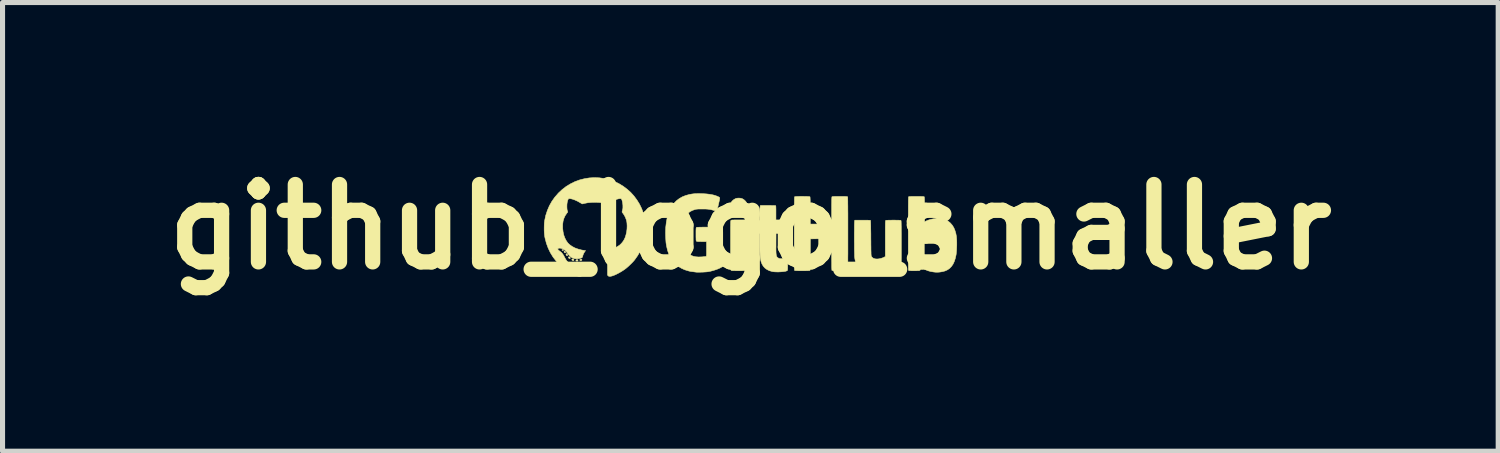
<source format=kicad_pcb>
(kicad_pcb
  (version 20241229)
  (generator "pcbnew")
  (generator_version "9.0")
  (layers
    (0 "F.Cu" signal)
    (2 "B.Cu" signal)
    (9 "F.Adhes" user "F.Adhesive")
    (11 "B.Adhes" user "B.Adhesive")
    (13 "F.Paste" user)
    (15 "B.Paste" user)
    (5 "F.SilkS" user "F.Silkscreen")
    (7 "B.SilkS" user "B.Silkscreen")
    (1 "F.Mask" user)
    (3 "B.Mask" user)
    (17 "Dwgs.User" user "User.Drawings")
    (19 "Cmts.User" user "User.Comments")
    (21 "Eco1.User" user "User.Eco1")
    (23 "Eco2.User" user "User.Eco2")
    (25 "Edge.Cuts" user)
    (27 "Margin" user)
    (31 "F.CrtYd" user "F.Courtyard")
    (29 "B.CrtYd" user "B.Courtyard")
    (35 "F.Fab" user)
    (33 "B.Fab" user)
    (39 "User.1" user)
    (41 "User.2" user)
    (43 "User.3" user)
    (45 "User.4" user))
  (footprint "github_logo_smaller"
    (layer "F.Cu")
    (at 11.728 1.418)
    (property "Reference" "github_logo_smaller" (at 0 0 0) (layer "F.SilkS") (effects (font (size 1.524 1.524) (thickness 0.3))))
    (attr through_hole)
    (fp_poly (pts (xy -3.685 0.453) (xy -3.683 0.46) (xy -3.687 0.466) (xy -3.695 0.467) (xy -3.705 0.463) (xy -3.708 0.46) (xy -3.712 0.453) (xy -3.706 0.449) (xy -3.706 0.449) (xy -3.694 0.448) (xy -3.685 0.453)) (stroke (width 0.01) (type solid)) (fill yes) (layer "F.SilkS"))
    (fp_poly (pts (xy -3.612 0.532) (xy -3.604 0.541) (xy -3.599 0.552) (xy -3.6 0.561) (xy -3.606 0.568) (xy -3.616 0.566) (xy -3.624 0.559) (xy -3.631 0.547) (xy -3.63 0.537) (xy -3.623 0.53) (xy -3.621 0.529) (xy -3.612 0.532)) (stroke (width 0.01) (type solid)) (fill yes) (layer "F.SilkS"))
    (fp_poly (pts (xy -3.326 0.637) (xy -3.319 0.643) (xy -3.319 0.653) (xy -3.327 0.661) (xy -3.338 0.665) (xy -3.35 0.664) (xy -3.357 0.66) (xy -3.36 0.651) (xy -3.357 0.644) (xy -3.349 0.638) (xy -3.337 0.635) (xy -3.326 0.637)) (stroke (width 0.01) (type solid)) (fill yes) (layer "F.SilkS"))
    (fp_poly (pts (xy -3.653 0.48) (xy -3.646 0.487) (xy -3.639 0.495) (xy -3.639 0.501) (xy -3.643 0.506) (xy -3.65 0.511) (xy -3.656 0.509) (xy -3.663 0.503) (xy -3.67 0.495) (xy -3.67 0.489) (xy -3.666 0.483) (xy -3.659 0.479) (xy -3.653 0.48)) (stroke (width 0.01) (type solid)) (fill yes) (layer "F.SilkS"))
    (fp_poly (pts (xy -3.557 0.593) (xy -3.549 0.604) (xy -3.547 0.615) (xy -3.548 0.618) (xy -3.555 0.624) (xy -3.565 0.624) (xy -3.575 0.617) (xy -3.579 0.612) (xy -3.584 0.6) (xy -3.581 0.592) (xy -3.569 0.589) (xy -3.569 0.589) (xy -3.557 0.593)) (stroke (width 0.01) (type solid)) (fill yes) (layer "F.SilkS"))
    (fp_poly (pts (xy -3.491 0.633) (xy -3.48 0.64) (xy -3.475 0.65) (xy -3.478 0.659) (xy -3.481 0.661) (xy -3.487 0.664) (xy -3.493 0.664) (xy -3.503 0.661) (xy -3.514 0.653) (xy -3.517 0.643) (xy -3.513 0.635) (xy -3.504 0.631) (xy -3.491 0.633)) (stroke (width 0.01) (type solid)) (fill yes) (layer "F.SilkS"))
    (fp_poly (pts (xy -3.401 0.648) (xy -3.395 0.653) (xy -3.396 0.663) (xy -3.403 0.672) (xy -3.413 0.676) (xy -3.424 0.673) (xy -3.432 0.669) (xy -3.438 0.662) (xy -3.436 0.656) (xy -3.435 0.653) (xy -3.425 0.647) (xy -3.412 0.645) (xy -3.401 0.648)) (stroke (width 0.01) (type solid)) (fill yes) (layer "F.SilkS"))
    (fp_poly (pts (xy -0.198 -0.565) (xy -0.166 -0.557) (xy -0.156 -0.553) (xy -0.122 -0.531) (xy -0.093 -0.503) (xy -0.072 -0.47) (xy -0.058 -0.433) (xy -0.053 -0.393) (xy -0.057 -0.354) (xy -0.058 -0.35) (xy -0.072 -0.312) (xy -0.094 -0.279) (xy -0.122 -0.251) (xy -0.155 -0.231) (xy -0.191 -0.218) (xy -0.229 -0.213) (xy -0.267 -0.218) (xy -0.278 -0.221) (xy -0.316 -0.238) (xy -0.348 -0.262) (xy -0.374 -0.291) (xy -0.392 -0.326) (xy -0.403 -0.364) (xy -0.404 -0.403) (xy -0.399 -0.432) (xy -0.384 -0.473) (xy -0.361 -0.508) (xy -0.33 -0.535) (xy -0.296 -0.555) (xy -0.267 -0.564) (xy -0.233 -0.567) (xy -0.198 -0.565)) (stroke (width 0.01) (type solid)) (fill yes) (layer "F.SilkS"))
    (fp_poly (pts (xy -0.188 -0.137) (xy -0.155 -0.137) (xy -0.13 -0.137) (xy -0.112 -0.136) (xy -0.099 -0.135) (xy -0.09 -0.133) (xy -0.084 -0.132) (xy -0.081 -0.129) (xy -0.08 -0.128) (xy -0.078 -0.126) (xy -0.077 -0.122) (xy -0.076 -0.116) (xy -0.075 -0.108) (xy -0.074 -0.096) (xy -0.073 -0.081) (xy -0.073 -0.061) (xy -0.072 -0.036) (xy -0.072 -0.005) (xy -0.072 0.032) (xy -0.071 0.076) (xy -0.071 0.127) (xy -0.071 0.187) (xy -0.071 0.255) (xy -0.071 0.333) (xy -0.071 0.361) (xy -0.071 0.443) (xy -0.071 0.514) (xy -0.071 0.577) (xy -0.071 0.632) (xy -0.072 0.679) (xy -0.072 0.718) (xy -0.072 0.751) (xy -0.073 0.778) (xy -0.073 0.8) (xy -0.074 0.817) (xy -0.075 0.83) (xy -0.076 0.84) (xy -0.077 0.846) (xy -0.078 0.85) (xy -0.079 0.852) (xy -0.082 0.856) (xy -0.085 0.858) (xy -0.09 0.86) (xy -0.098 0.862) (xy -0.11 0.863) (xy -0.128 0.863) (xy -0.152 0.863) (xy -0.184 0.864) (xy -0.225 0.864) (xy -0.229 0.864) (xy -0.271 0.864) (xy -0.303 0.863) (xy -0.329 0.863) (xy -0.347 0.862) (xy -0.36 0.861) (xy -0.369 0.86) (xy -0.375 0.858) (xy -0.379 0.856) (xy -0.381 0.853) (xy -0.383 0.852) (xy -0.384 0.849) (xy -0.386 0.846) (xy -0.387 0.84) (xy -0.388 0.832) (xy -0.388 0.822) (xy -0.389 0.807) (xy -0.39 0.789) (xy -0.39 0.765) (xy -0.39 0.736) (xy -0.391 0.701) (xy -0.391 0.659) (xy -0.391 0.61) (xy -0.391 0.553) (xy -0.391 0.488) (xy -0.391 0.413) (xy -0.391 0.361) (xy -0.391 0.281) (xy -0.391 0.209) (xy -0.391 0.147) (xy -0.391 0.093) (xy -0.391 0.047) (xy -0.391 0.007) (xy -0.39 -0.025) (xy -0.39 -0.052) (xy -0.389 -0.074) (xy -0.389 -0.091) (xy -0.388 -0.104) (xy -0.387 -0.113) (xy -0.386 -0.12) (xy -0.385 -0.124) (xy -0.384 -0.127) (xy -0.382 -0.129) (xy -0.382 -0.129) (xy -0.378 -0.131) (xy -0.372 -0.133) (xy -0.363 -0.135) (xy -0.35 -0.136) (xy -0.331 -0.136) (xy -0.305 -0.137) (xy -0.271 -0.137) (xy -0.23 -0.137) (xy -0.188 -0.137)) (stroke (width 0.01) (type solid)) (fill yes) (layer "F.SilkS"))
    (fp_poly (pts (xy 0.38 -0.422) (xy 0.415 -0.421) (xy 0.445 -0.421) (xy 0.469 -0.42) (xy 0.486 -0.419) (xy 0.494 -0.419) (xy 0.495 -0.419) (xy 0.497 -0.417) (xy 0.499 -0.412) (xy 0.501 -0.404) (xy 0.502 -0.391) (xy 0.502 -0.373) (xy 0.503 -0.347) (xy 0.503 -0.313) (xy 0.503 -0.276) (xy 0.503 -0.137) (xy 0.609 -0.137) (xy 0.645 -0.137) (xy 0.671 -0.137) (xy 0.691 -0.136) (xy 0.705 -0.135) (xy 0.713 -0.134) (xy 0.719 -0.131) (xy 0.723 -0.128) (xy 0.723 -0.128) (xy 0.726 -0.124) (xy 0.728 -0.117) (xy 0.729 -0.107) (xy 0.731 -0.092) (xy 0.731 -0.071) (xy 0.731 -0.042) (xy 0.732 -0.004) (xy 0.731 0.037) (xy 0.731 0.068) (xy 0.73 0.091) (xy 0.728 0.107) (xy 0.726 0.116) (xy 0.725 0.118) (xy 0.722 0.121) (xy 0.716 0.123) (xy 0.707 0.125) (xy 0.692 0.126) (xy 0.671 0.127) (xy 0.642 0.128) (xy 0.612 0.128) (xy 0.505 0.13) (xy 0.504 0.328) (xy 0.504 0.386) (xy 0.503 0.435) (xy 0.504 0.475) (xy 0.505 0.509) (xy 0.507 0.535) (xy 0.51 0.557) (xy 0.514 0.573) (xy 0.52 0.586) (xy 0.526 0.596) (xy 0.535 0.604) (xy 0.545 0.611) (xy 0.555 0.616) (xy 0.565 0.621) (xy 0.575 0.624) (xy 0.588 0.626) (xy 0.605 0.627) (xy 0.629 0.628) (xy 0.649 0.628) (xy 0.683 0.629) (xy 0.708 0.63) (xy 0.723 0.633) (xy 0.728 0.635) (xy 0.73 0.642) (xy 0.732 0.657) (xy 0.733 0.679) (xy 0.734 0.705) (xy 0.734 0.734) (xy 0.734 0.764) (xy 0.734 0.793) (xy 0.733 0.818) (xy 0.732 0.839) (xy 0.73 0.853) (xy 0.728 0.859) (xy 0.716 0.866) (xy 0.695 0.873) (xy 0.667 0.878) (xy 0.634 0.882) (xy 0.598 0.885) (xy 0.56 0.887) (xy 0.522 0.887) (xy 0.486 0.886) (xy 0.453 0.883) (xy 0.429 0.879) (xy 0.374 0.863) (xy 0.327 0.84) (xy 0.287 0.811) (xy 0.254 0.775) (xy 0.228 0.731) (xy 0.209 0.681) (xy 0.197 0.623) (xy 0.193 0.59) (xy 0.192 0.571) (xy 0.191 0.544) (xy 0.19 0.51) (xy 0.189 0.47) (xy 0.189 0.426) (xy 0.188 0.38) (xy 0.188 0.333) (xy 0.188 0.329) (xy 0.188 0.127) (xy 0.113 0.127) (xy 0.078 0.127) (xy 0.054 0.125) (xy 0.038 0.124) (xy 0.031 0.121) (xy 0.029 0.114) (xy 0.027 0.098) (xy 0.026 0.076) (xy 0.025 0.05) (xy 0.025 0.022) (xy 0.025 -0.006) (xy 0.026 -0.033) (xy 0.027 -0.055) (xy 0.029 -0.073) (xy 0.031 -0.082) (xy 0.032 -0.083) (xy 0.04 -0.088) (xy 0.056 -0.094) (xy 0.08 -0.101) (xy 0.094 -0.104) (xy 0.119 -0.11) (xy 0.142 -0.116) (xy 0.16 -0.12) (xy 0.169 -0.122) (xy 0.188 -0.127) (xy 0.188 -0.261) (xy 0.188 -0.299) (xy 0.189 -0.333) (xy 0.189 -0.363) (xy 0.191 -0.386) (xy 0.192 -0.402) (xy 0.193 -0.409) (xy 0.198 -0.422) (xy 0.342 -0.422) (xy 0.38 -0.422)) (stroke (width 0.01) (type solid)) (fill yes) (layer "F.SilkS"))
    (fp_poly (pts (xy 2.87 -0.132) (xy 2.901 -0.132) (xy 2.927 -0.131) (xy 2.948 -0.129) (xy 2.961 -0.128) (xy 2.965 -0.127) (xy 2.966 -0.124) (xy 2.967 -0.12) (xy 2.968 -0.112) (xy 2.969 -0.1) (xy 2.969 -0.084) (xy 2.97 -0.063) (xy 2.97 -0.037) (xy 2.971 -0.005) (xy 2.971 0.034) (xy 2.971 0.08) (xy 2.972 0.134) (xy 2.972 0.197) (xy 2.972 0.268) (xy 2.972 0.348) (xy 2.972 0.365) (xy 2.972 0.451) (xy 2.972 0.527) (xy 2.972 0.594) (xy 2.971 0.652) (xy 2.971 0.702) (xy 2.971 0.744) (xy 2.97 0.778) (xy 2.969 0.806) (xy 2.969 0.827) (xy 2.968 0.843) (xy 2.967 0.852) (xy 2.966 0.857) (xy 2.966 0.858) (xy 2.958 0.86) (xy 2.943 0.862) (xy 2.921 0.863) (xy 2.896 0.864) (xy 2.867 0.864) (xy 2.839 0.864) (xy 2.812 0.863) (xy 2.789 0.862) (xy 2.771 0.86) (xy 2.761 0.858) (xy 2.759 0.857) (xy 2.755 0.848) (xy 2.751 0.834) (xy 2.75 0.825) (xy 2.747 0.811) (xy 2.744 0.803) (xy 2.742 0.801) (xy 2.736 0.804) (xy 2.723 0.81) (xy 2.705 0.819) (xy 2.686 0.828) (xy 2.611 0.86) (xy 2.536 0.881) (xy 2.459 0.892) (xy 2.381 0.893) (xy 2.333 0.889) (xy 2.273 0.877) (xy 2.219 0.859) (xy 2.174 0.835) (xy 2.136 0.804) (xy 2.106 0.767) (xy 2.095 0.749) (xy 2.078 0.712) (xy 2.066 0.673) (xy 2.057 0.628) (xy 2.052 0.586) (xy 2.051 0.568) (xy 2.051 0.542) (xy 2.05 0.51) (xy 2.049 0.471) (xy 2.048 0.428) (xy 2.048 0.38) (xy 2.048 0.33) (xy 2.047 0.278) (xy 2.047 0.225) (xy 2.047 0.173) (xy 2.047 0.121) (xy 2.048 0.072) (xy 2.048 0.027) (xy 2.048 -0.015) (xy 2.049 -0.051) (xy 2.05 -0.08) (xy 2.051 -0.102) (xy 2.052 -0.115) (xy 2.052 -0.119) (xy 2.057 -0.132) (xy 2.209 -0.132) (xy 2.255 -0.132) (xy 2.292 -0.132) (xy 2.32 -0.131) (xy 2.341 -0.13) (xy 2.355 -0.129) (xy 2.363 -0.127) (xy 2.366 -0.126) (xy 2.366 -0.12) (xy 2.367 -0.104) (xy 2.368 -0.081) (xy 2.369 -0.049) (xy 2.37 -0.011) (xy 2.37 0.033) (xy 2.371 0.082) (xy 2.372 0.136) (xy 2.372 0.193) (xy 2.372 0.224) (xy 2.373 0.291) (xy 2.373 0.35) (xy 2.374 0.399) (xy 2.374 0.441) (xy 2.375 0.476) (xy 2.376 0.504) (xy 2.376 0.526) (xy 2.377 0.544) (xy 2.378 0.557) (xy 2.379 0.567) (xy 2.381 0.574) (xy 2.382 0.579) (xy 2.384 0.583) (xy 2.402 0.605) (xy 2.427 0.621) (xy 2.458 0.63) (xy 2.494 0.633) (xy 2.535 0.629) (xy 2.58 0.618) (xy 2.586 0.616) (xy 2.607 0.609) (xy 2.626 0.601) (xy 2.639 0.594) (xy 2.64 0.594) (xy 2.657 0.583) (xy 2.657 0.231) (xy 2.657 0.161) (xy 2.657 0.1) (xy 2.657 0.048) (xy 2.657 0.004) (xy 2.658 -0.032) (xy 2.658 -0.062) (xy 2.659 -0.085) (xy 2.66 -0.102) (xy 2.661 -0.114) (xy 2.662 -0.122) (xy 2.663 -0.126) (xy 2.664 -0.126) (xy 2.671 -0.128) (xy 2.686 -0.13) (xy 2.709 -0.131) (xy 2.737 -0.132) (xy 2.769 -0.132) (xy 2.803 -0.133) (xy 2.837 -0.133) (xy 2.87 -0.132)) (stroke (width 0.01) (type solid)) (fill yes) (layer "F.SilkS"))
    (fp_poly (pts (xy 1.042 -0.6) (xy 1.075 -0.599) (xy 1.106 -0.599) (xy 1.133 -0.598) (xy 1.154 -0.596) (xy 1.168 -0.595) (xy 1.172 -0.593) (xy 1.174 -0.589) (xy 1.175 -0.58) (xy 1.176 -0.564) (xy 1.177 -0.542) (xy 1.178 -0.513) (xy 1.178 -0.476) (xy 1.178 -0.43) (xy 1.179 -0.375) (xy 1.179 -0.322) (xy 1.179 -0.056) (xy 1.6 -0.056) (xy 1.6 -0.322) (xy 1.6 -0.384) (xy 1.6 -0.438) (xy 1.601 -0.482) (xy 1.601 -0.518) (xy 1.602 -0.546) (xy 1.603 -0.567) (xy 1.604 -0.582) (xy 1.605 -0.59) (xy 1.606 -0.593) (xy 1.611 -0.595) (xy 1.623 -0.597) (xy 1.641 -0.598) (xy 1.667 -0.599) (xy 1.702 -0.599) (xy 1.745 -0.599) (xy 1.761 -0.599) (xy 1.804 -0.599) (xy 1.838 -0.599) (xy 1.863 -0.599) (xy 1.883 -0.598) (xy 1.896 -0.598) (xy 1.905 -0.596) (xy 1.91 -0.595) (xy 1.913 -0.592) (xy 1.915 -0.59) (xy 1.916 -0.583) (xy 1.917 -0.568) (xy 1.917 -0.542) (xy 1.918 -0.507) (xy 1.918 -0.463) (xy 1.919 -0.409) (xy 1.919 -0.345) (xy 1.92 -0.271) (xy 1.92 -0.188) (xy 1.92 -0.094) (xy 1.92 0.009) (xy 1.92 0.123) (xy 1.92 0.132) (xy 1.92 0.247) (xy 1.92 0.351) (xy 1.92 0.445) (xy 1.92 0.529) (xy 1.919 0.604) (xy 1.919 0.669) (xy 1.918 0.723) (xy 1.918 0.769) (xy 1.917 0.804) (xy 1.917 0.83) (xy 1.916 0.847) (xy 1.915 0.854) (xy 1.915 0.854) (xy 1.913 0.857) (xy 1.91 0.859) (xy 1.904 0.861) (xy 1.895 0.862) (xy 1.881 0.863) (xy 1.862 0.863) (xy 1.835 0.863) (xy 1.801 0.864) (xy 1.761 0.864) (xy 1.714 0.863) (xy 1.677 0.863) (xy 1.648 0.862) (xy 1.628 0.861) (xy 1.614 0.86) (xy 1.607 0.858) (xy 1.606 0.858) (xy 1.605 0.854) (xy 1.604 0.844) (xy 1.603 0.83) (xy 1.602 0.808) (xy 1.601 0.78) (xy 1.601 0.744) (xy 1.601 0.7) (xy 1.6 0.647) (xy 1.6 0.585) (xy 1.6 0.542) (xy 1.6 0.234) (xy 1.391 0.235) (xy 1.181 0.236) (xy 1.18 0.543) (xy 1.179 0.614) (xy 1.179 0.675) (xy 1.178 0.727) (xy 1.178 0.769) (xy 1.177 0.803) (xy 1.176 0.828) (xy 1.175 0.845) (xy 1.174 0.855) (xy 1.173 0.857) (xy 1.166 0.859) (xy 1.151 0.861) (xy 1.129 0.862) (xy 1.101 0.863) (xy 1.07 0.864) (xy 1.036 0.864) (xy 1.002 0.864) (xy 0.968 0.864) (xy 0.937 0.863) (xy 0.91 0.862) (xy 0.889 0.861) (xy 0.875 0.859) (xy 0.87 0.858) (xy 0.869 0.852) (xy 0.868 0.836) (xy 0.867 0.812) (xy 0.867 0.78) (xy 0.866 0.741) (xy 0.865 0.694) (xy 0.865 0.642) (xy 0.864 0.585) (xy 0.864 0.523) (xy 0.864 0.457) (xy 0.863 0.388) (xy 0.863 0.317) (xy 0.863 0.244) (xy 0.863 0.169) (xy 0.863 0.095) (xy 0.863 0.021) (xy 0.863 -0.052) (xy 0.863 -0.124) (xy 0.864 -0.193) (xy 0.864 -0.259) (xy 0.864 -0.321) (xy 0.865 -0.378) (xy 0.865 -0.43) (xy 0.866 -0.476) (xy 0.867 -0.516) (xy 0.867 -0.548) (xy 0.868 -0.572) (xy 0.869 -0.587) (xy 0.87 -0.593) (xy 0.87 -0.593) (xy 0.877 -0.595) (xy 0.892 -0.597) (xy 0.914 -0.598) (xy 0.942 -0.599) (xy 0.974 -0.6) (xy 1.008 -0.6) (xy 1.042 -0.6)) (stroke (width 0.01) (type solid)) (fill yes) (layer "F.SilkS"))
    (fp_poly (pts (xy 3.315 -0.599) (xy 3.352 -0.599) (xy 3.381 -0.598) (xy 3.402 -0.597) (xy 3.415 -0.596) (xy 3.422 -0.594) (xy 3.423 -0.593) (xy 3.424 -0.589) (xy 3.426 -0.579) (xy 3.427 -0.564) (xy 3.428 -0.541) (xy 3.428 -0.511) (xy 3.429 -0.473) (xy 3.429 -0.426) (xy 3.429 -0.37) (xy 3.429 -0.344) (xy 3.429 -0.296) (xy 3.429 -0.25) (xy 3.429 -0.209) (xy 3.43 -0.173) (xy 3.43 -0.144) (xy 3.431 -0.121) (xy 3.431 -0.107) (xy 3.432 -0.102) (xy 3.432 -0.102) (xy 3.437 -0.104) (xy 3.449 -0.109) (xy 3.464 -0.117) (xy 3.506 -0.134) (xy 3.555 -0.149) (xy 3.606 -0.159) (xy 3.658 -0.165) (xy 3.705 -0.166) (xy 3.716 -0.166) (xy 3.772 -0.159) (xy 3.82 -0.147) (xy 3.862 -0.131) (xy 3.9 -0.108) (xy 3.935 -0.079) (xy 3.942 -0.072) (xy 3.977 -0.031) (xy 4.006 0.016) (xy 4.028 0.069) (xy 4.046 0.129) (xy 4.057 0.188) (xy 4.06 0.222) (xy 4.063 0.264) (xy 4.064 0.31) (xy 4.064 0.36) (xy 4.062 0.41) (xy 4.06 0.459) (xy 4.056 0.503) (xy 4.052 0.541) (xy 4.05 0.554) (xy 4.034 0.624) (xy 4.014 0.684) (xy 3.989 0.737) (xy 3.958 0.781) (xy 3.923 0.817) (xy 3.881 0.846) (xy 3.833 0.868) (xy 3.779 0.882) (xy 3.737 0.889) (xy 3.705 0.892) (xy 3.679 0.893) (xy 3.653 0.893) (xy 3.625 0.89) (xy 3.607 0.888) (xy 3.552 0.879) (xy 3.497 0.864) (xy 3.445 0.843) (xy 3.399 0.819) (xy 3.381 0.808) (xy 3.368 0.8) (xy 3.359 0.794) (xy 3.356 0.792) (xy 3.354 0.797) (xy 3.352 0.809) (xy 3.35 0.82) (xy 3.349 0.834) (xy 3.346 0.845) (xy 3.342 0.852) (xy 3.334 0.857) (xy 3.323 0.861) (xy 3.305 0.863) (xy 3.281 0.863) (xy 3.248 0.864) (xy 3.226 0.864) (xy 3.19 0.864) (xy 3.163 0.863) (xy 3.144 0.863) (xy 3.131 0.862) (xy 3.123 0.86) (xy 3.118 0.858) (xy 3.115 0.855) (xy 3.114 0.854) (xy 3.113 0.847) (xy 3.113 0.832) (xy 3.112 0.806) (xy 3.111 0.772) (xy 3.111 0.727) (xy 3.11 0.673) (xy 3.11 0.609) (xy 3.11 0.535) (xy 3.109 0.452) (xy 3.109 0.358) (xy 3.109 0.255) (xy 3.109 0.141) (xy 3.109 0.139) (xy 3.424 0.139) (xy 3.424 0.59) (xy 3.451 0.602) (xy 3.497 0.618) (xy 3.544 0.628) (xy 3.59 0.632) (xy 3.633 0.629) (xy 3.658 0.624) (xy 3.684 0.611) (xy 3.706 0.592) (xy 3.722 0.564) (xy 3.735 0.528) (xy 3.737 0.523) (xy 3.74 0.504) (xy 3.743 0.476) (xy 3.745 0.443) (xy 3.747 0.407) (xy 3.748 0.369) (xy 3.748 0.332) (xy 3.748 0.299) (xy 3.746 0.271) (xy 3.745 0.255) (xy 3.734 0.21) (xy 3.719 0.172) (xy 3.699 0.141) (xy 3.674 0.118) (xy 3.649 0.104) (xy 3.616 0.098) (xy 3.577 0.096) (xy 3.535 0.101) (xy 3.493 0.111) (xy 3.453 0.126) (xy 3.424 0.139) (xy 3.109 0.139) (xy 3.109 0.132) (xy 3.109 0.018) (xy 3.109 -0.087) (xy 3.109 -0.181) (xy 3.11 -0.265) (xy 3.11 -0.34) (xy 3.11 -0.404) (xy 3.111 -0.459) (xy 3.111 -0.504) (xy 3.112 -0.54) (xy 3.113 -0.566) (xy 3.113 -0.582) (xy 3.114 -0.589) (xy 3.114 -0.59) (xy 3.116 -0.592) (xy 3.119 -0.595) (xy 3.125 -0.596) (xy 3.134 -0.598) (xy 3.148 -0.598) (xy 3.168 -0.599) (xy 3.194 -0.599) (xy 3.229 -0.599) (xy 3.268 -0.599) (xy 3.315 -0.599)) (stroke (width 0.01) (type solid)) (fill yes) (layer "F.SilkS"))
    (fp_poly (pts (xy -0.925 -0.653) (xy -0.864 -0.649) (xy -0.806 -0.642) (xy -0.754 -0.633) (xy -0.738 -0.63) (xy -0.707 -0.622) (xy -0.677 -0.612) (xy -0.651 -0.602) (xy -0.629 -0.592) (xy -0.613 -0.583) (xy -0.607 -0.577) (xy -0.605 -0.573) (xy -0.604 -0.567) (xy -0.605 -0.558) (xy -0.607 -0.545) (xy -0.61 -0.526) (xy -0.616 -0.5) (xy -0.624 -0.467) (xy -0.628 -0.447) (xy -0.638 -0.405) (xy -0.647 -0.373) (xy -0.653 -0.348) (xy -0.659 -0.332) (xy -0.664 -0.322) (xy -0.666 -0.319) (xy -0.672 -0.315) (xy -0.678 -0.314) (xy -0.687 -0.315) (xy -0.703 -0.319) (xy -0.715 -0.323) (xy -0.751 -0.333) (xy -0.784 -0.341) (xy -0.816 -0.346) (xy -0.85 -0.35) (xy -0.889 -0.352) (xy -0.935 -0.352) (xy -0.95 -0.352) (xy -0.987 -0.352) (xy -1.016 -0.352) (xy -1.038 -0.351) (xy -1.056 -0.349) (xy -1.071 -0.347) (xy -1.086 -0.344) (xy -1.093 -0.342) (xy -1.146 -0.323) (xy -1.191 -0.299) (xy -1.23 -0.269) (xy -1.263 -0.231) (xy -1.29 -0.186) (xy -1.312 -0.133) (xy -1.329 -0.071) (xy -1.331 -0.063) (xy -1.336 -0.033) (xy -1.34 0.006) (xy -1.343 0.049) (xy -1.345 0.095) (xy -1.346 0.141) (xy -1.345 0.185) (xy -1.343 0.225) (xy -1.341 0.243) (xy -1.33 0.315) (xy -1.313 0.378) (xy -1.291 0.433) (xy -1.264 0.479) (xy -1.237 0.511) (xy -1.204 0.54) (xy -1.166 0.562) (xy -1.124 0.579) (xy -1.076 0.589) (xy -1.021 0.593) (xy -0.959 0.591) (xy -0.944 0.59) (xy -0.919 0.587) (xy -0.897 0.585) (xy -0.881 0.583) (xy -0.872 0.581) (xy -0.872 0.581) (xy -0.869 0.579) (xy -0.868 0.575) (xy -0.866 0.568) (xy -0.865 0.556) (xy -0.864 0.539) (xy -0.864 0.515) (xy -0.864 0.483) (xy -0.864 0.443) (xy -0.864 0.434) (xy -0.864 0.29) (xy -0.959 0.29) (xy -0.993 0.289) (xy -1.018 0.289) (xy -1.036 0.288) (xy -1.048 0.287) (xy -1.056 0.285) (xy -1.061 0.283) (xy -1.063 0.28) (xy -1.066 0.276) (xy -1.068 0.27) (xy -1.07 0.26) (xy -1.071 0.246) (xy -1.071 0.226) (xy -1.072 0.198) (xy -1.072 0.162) (xy -1.072 0.146) (xy -1.072 0.106) (xy -1.072 0.076) (xy -1.071 0.053) (xy -1.07 0.036) (xy -1.069 0.025) (xy -1.067 0.018) (xy -1.064 0.014) (xy -1.064 0.013) (xy -1.061 0.011) (xy -1.056 0.01) (xy -1.048 0.008) (xy -1.037 0.007) (xy -1.021 0.007) (xy -0.999 0.006) (xy -0.971 0.006) (xy -0.935 0.005) (xy -0.892 0.005) (xy -0.84 0.005) (xy -0.81 0.005) (xy -0.745 0.005) (xy -0.69 0.006) (xy -0.644 0.006) (xy -0.607 0.007) (xy -0.579 0.008) (xy -0.561 0.009) (xy -0.553 0.01) (xy -0.553 0.01) (xy -0.552 0.012) (xy -0.55 0.014) (xy -0.549 0.017) (xy -0.547 0.023) (xy -0.546 0.031) (xy -0.546 0.044) (xy -0.545 0.06) (xy -0.545 0.081) (xy -0.544 0.108) (xy -0.544 0.142) (xy -0.544 0.182) (xy -0.544 0.23) (xy -0.544 0.286) (xy -0.544 0.352) (xy -0.544 0.396) (xy -0.544 0.777) (xy -0.565 0.791) (xy -0.597 0.809) (xy -0.637 0.827) (xy -0.683 0.844) (xy -0.731 0.859) (xy -0.78 0.872) (xy -0.823 0.881) (xy -0.844 0.884) (xy -0.872 0.887) (xy -0.905 0.889) (xy -0.941 0.891) (xy -0.977 0.892) (xy -1.011 0.893) (xy -1.04 0.893) (xy -1.064 0.892) (xy -1.072 0.891) (xy -1.11 0.886) (xy -1.14 0.882) (xy -1.164 0.879) (xy -1.183 0.876) (xy -1.201 0.872) (xy -1.217 0.868) (xy -1.29 0.846) (xy -1.355 0.817) (xy -1.414 0.782) (xy -1.467 0.74) (xy -1.474 0.733) (xy -1.516 0.688) (xy -1.552 0.641) (xy -1.583 0.589) (xy -1.608 0.532) (xy -1.63 0.468) (xy -1.647 0.397) (xy -1.657 0.345) (xy -1.662 0.31) (xy -1.665 0.268) (xy -1.668 0.22) (xy -1.67 0.169) (xy -1.671 0.118) (xy -1.67 0.068) (xy -1.668 0.024) (xy -1.667 0.004) (xy -1.655 -0.094) (xy -1.638 -0.184) (xy -1.614 -0.266) (xy -1.584 -0.34) (xy -1.548 -0.406) (xy -1.505 -0.464) (xy -1.457 -0.514) (xy -1.401 -0.557) (xy -1.34 -0.592) (xy -1.272 -0.619) (xy -1.197 -0.639) (xy -1.152 -0.647) (xy -1.103 -0.653) (xy -1.048 -0.655) (xy -0.987 -0.655) (xy -0.925 -0.653)) (stroke (width 0.01) (type solid)) (fill yes) (layer "F.SilkS"))
    (fp_poly (pts (xy -2.975 -0.966) (xy -2.874 -0.952) (xy -2.858 -0.949) (xy -2.764 -0.925) (xy -2.674 -0.892) (xy -2.588 -0.851) (xy -2.506 -0.801) (xy -2.429 -0.743) (xy -2.357 -0.679) (xy -2.293 -0.608) (xy -2.235 -0.53) (xy -2.184 -0.448) (xy -2.142 -0.361) (xy -2.113 -0.284) (xy -2.087 -0.188) (xy -2.07 -0.09) (xy -2.063 0.008) (xy -2.066 0.105) (xy -2.078 0.202) (xy -2.1 0.297) (xy -2.131 0.39) (xy -2.171 0.479) (xy -2.22 0.565) (xy -2.277 0.646) (xy -2.285 0.656) (xy -2.31 0.685) (xy -2.341 0.717) (xy -2.375 0.75) (xy -2.41 0.783) (xy -2.444 0.812) (xy -2.474 0.835) (xy -2.478 0.838) (xy -2.52 0.866) (xy -2.563 0.892) (xy -2.606 0.916) (xy -2.648 0.937) (xy -2.687 0.954) (xy -2.721 0.966) (xy -2.75 0.973) (xy -2.759 0.974) (xy -2.777 0.975) (xy -2.788 0.973) (xy -2.796 0.968) (xy -2.801 0.963) (xy -2.814 0.95) (xy -2.814 0.791) (xy -2.815 0.734) (xy -2.816 0.685) (xy -2.817 0.644) (xy -2.82 0.61) (xy -2.824 0.582) (xy -2.829 0.558) (xy -2.835 0.538) (xy -2.844 0.52) (xy -2.854 0.503) (xy -2.863 0.491) (xy -2.88 0.468) (xy -2.861 0.465) (xy -2.788 0.451) (xy -2.723 0.434) (xy -2.667 0.413) (xy -2.618 0.388) (xy -2.575 0.359) (xy -2.539 0.325) (xy -2.508 0.286) (xy -2.487 0.252) (xy -2.466 0.207) (xy -2.45 0.155) (xy -2.437 0.098) (xy -2.43 0.04) (xy -2.428 -0.019) (xy -2.431 -0.075) (xy -2.436 -0.111) (xy -2.448 -0.151) (xy -2.465 -0.194) (xy -2.487 -0.234) (xy -2.506 -0.262) (xy -2.528 -0.293) (xy -2.519 -0.331) (xy -2.514 -0.352) (xy -2.511 -0.373) (xy -2.511 -0.396) (xy -2.511 -0.422) (xy -2.514 -0.454) (xy -2.519 -0.485) (xy -2.525 -0.512) (xy -2.532 -0.534) (xy -2.54 -0.549) (xy -2.543 -0.553) (xy -2.557 -0.557) (xy -2.578 -0.556) (xy -2.605 -0.551) (xy -2.637 -0.542) (xy -2.672 -0.529) (xy -2.709 -0.512) (xy -2.746 -0.493) (xy -2.782 -0.471) (xy -2.799 -0.461) (xy -2.811 -0.456) (xy -2.82 -0.454) (xy -2.829 -0.456) (xy -2.831 -0.457) (xy -2.862 -0.465) (xy -2.901 -0.472) (xy -2.946 -0.478) (xy -2.994 -0.482) (xy -3.043 -0.483) (xy -3.056 -0.484) (xy -3.109 -0.483) (xy -3.156 -0.48) (xy -3.199 -0.476) (xy -3.241 -0.468) (xy -3.27 -0.462) (xy -3.312 -0.452) (xy -3.345 -0.472) (xy -3.403 -0.505) (xy -3.458 -0.53) (xy -3.509 -0.548) (xy -3.547 -0.556) (xy -3.565 -0.557) (xy -3.577 -0.555) (xy -3.587 -0.547) (xy -3.594 -0.532) (xy -3.602 -0.509) (xy -3.602 -0.507) (xy -3.609 -0.476) (xy -3.613 -0.441) (xy -3.614 -0.404) (xy -3.613 -0.369) (xy -3.61 -0.338) (xy -3.605 -0.318) (xy -3.597 -0.293) (xy -3.617 -0.267) (xy -3.649 -0.219) (xy -3.672 -0.169) (xy -3.688 -0.117) (xy -3.696 -0.059) (xy -3.697 -0.043) (xy -3.697 0.029) (xy -3.689 0.098) (xy -3.675 0.162) (xy -3.653 0.221) (xy -3.626 0.273) (xy -3.593 0.319) (xy -3.558 0.352) (xy -3.51 0.386) (xy -3.455 0.415) (xy -3.391 0.438) (xy -3.321 0.456) (xy -3.27 0.465) (xy -3.246 0.468) (xy -3.264 0.491) (xy -3.281 0.519) (xy -3.296 0.553) (xy -3.305 0.586) (xy -3.309 0.597) (xy -3.318 0.607) (xy -3.333 0.614) (xy -3.356 0.62) (xy -3.381 0.625) (xy -3.427 0.629) (xy -3.47 0.624) (xy -3.508 0.61) (xy -3.544 0.586) (xy -3.577 0.553) (xy -3.597 0.526) (xy -3.611 0.506) (xy -3.628 0.485) (xy -3.643 0.469) (xy -3.644 0.468) (xy -3.672 0.447) (xy -3.702 0.431) (xy -3.732 0.421) (xy -3.759 0.418) (xy -3.777 0.421) (xy -3.791 0.427) (xy -3.794 0.437) (xy -3.788 0.449) (xy -3.773 0.465) (xy -3.75 0.481) (xy -3.724 0.502) (xy -3.7 0.529) (xy -3.677 0.564) (xy -3.657 0.603) (xy -3.634 0.644) (xy -3.61 0.677) (xy -3.584 0.703) (xy -3.553 0.722) (xy -3.516 0.736) (xy -3.495 0.742) (xy -3.472 0.748) (xy -3.452 0.75) (xy -3.431 0.751) (xy -3.405 0.75) (xy -3.399 0.75) (xy -3.375 0.748) (xy -3.353 0.746) (xy -3.336 0.745) (xy -3.329 0.744) (xy -3.314 0.741) (xy -3.31 0.835) (xy -3.309 0.874) (xy -3.309 0.905) (xy -3.31 0.928) (xy -3.313 0.945) (xy -3.318 0.957) (xy -3.324 0.965) (xy -3.332 0.97) (xy -3.35 0.975) (xy -3.374 0.974) (xy -3.403 0.967) (xy -3.421 0.961) (xy -3.514 0.919) (xy -3.599 0.87) (xy -3.678 0.814) (xy -3.753 0.75) (xy -3.758 0.745) (xy -3.827 0.671) (xy -3.888 0.592) (xy -3.94 0.507) (xy -3.983 0.417) (xy -4.018 0.322) (xy -4.044 0.222) (xy -4.05 0.193) (xy -4.055 0.156) (xy -4.059 0.112) (xy -4.061 0.064) (xy -4.061 0.014) (xy -4.06 -0.035) (xy -4.058 -0.079) (xy -4.053 -0.117) (xy -4.052 -0.124) (xy -4.03 -0.227) (xy -3.998 -0.324) (xy -3.959 -0.415) (xy -3.91 -0.502) (xy -3.853 -0.583) (xy -3.787 -0.659) (xy -3.78 -0.667) (xy -3.707 -0.735) (xy -3.628 -0.796) (xy -3.544 -0.847) (xy -3.457 -0.89) (xy -3.365 -0.924) (xy -3.271 -0.948) (xy -3.174 -0.964) (xy -3.075 -0.97) (xy -2.975 -0.966)) (stroke (width 0.01) (type solid)) (fill yes) (layer "F.SilkS")))
  (gr_rect
    (start -3 -3)
    (end 26.455 5.836)
    (stroke (width 0.1) (type default))
    (fill no)
    (layer "Edge.Cuts")))
</source>
